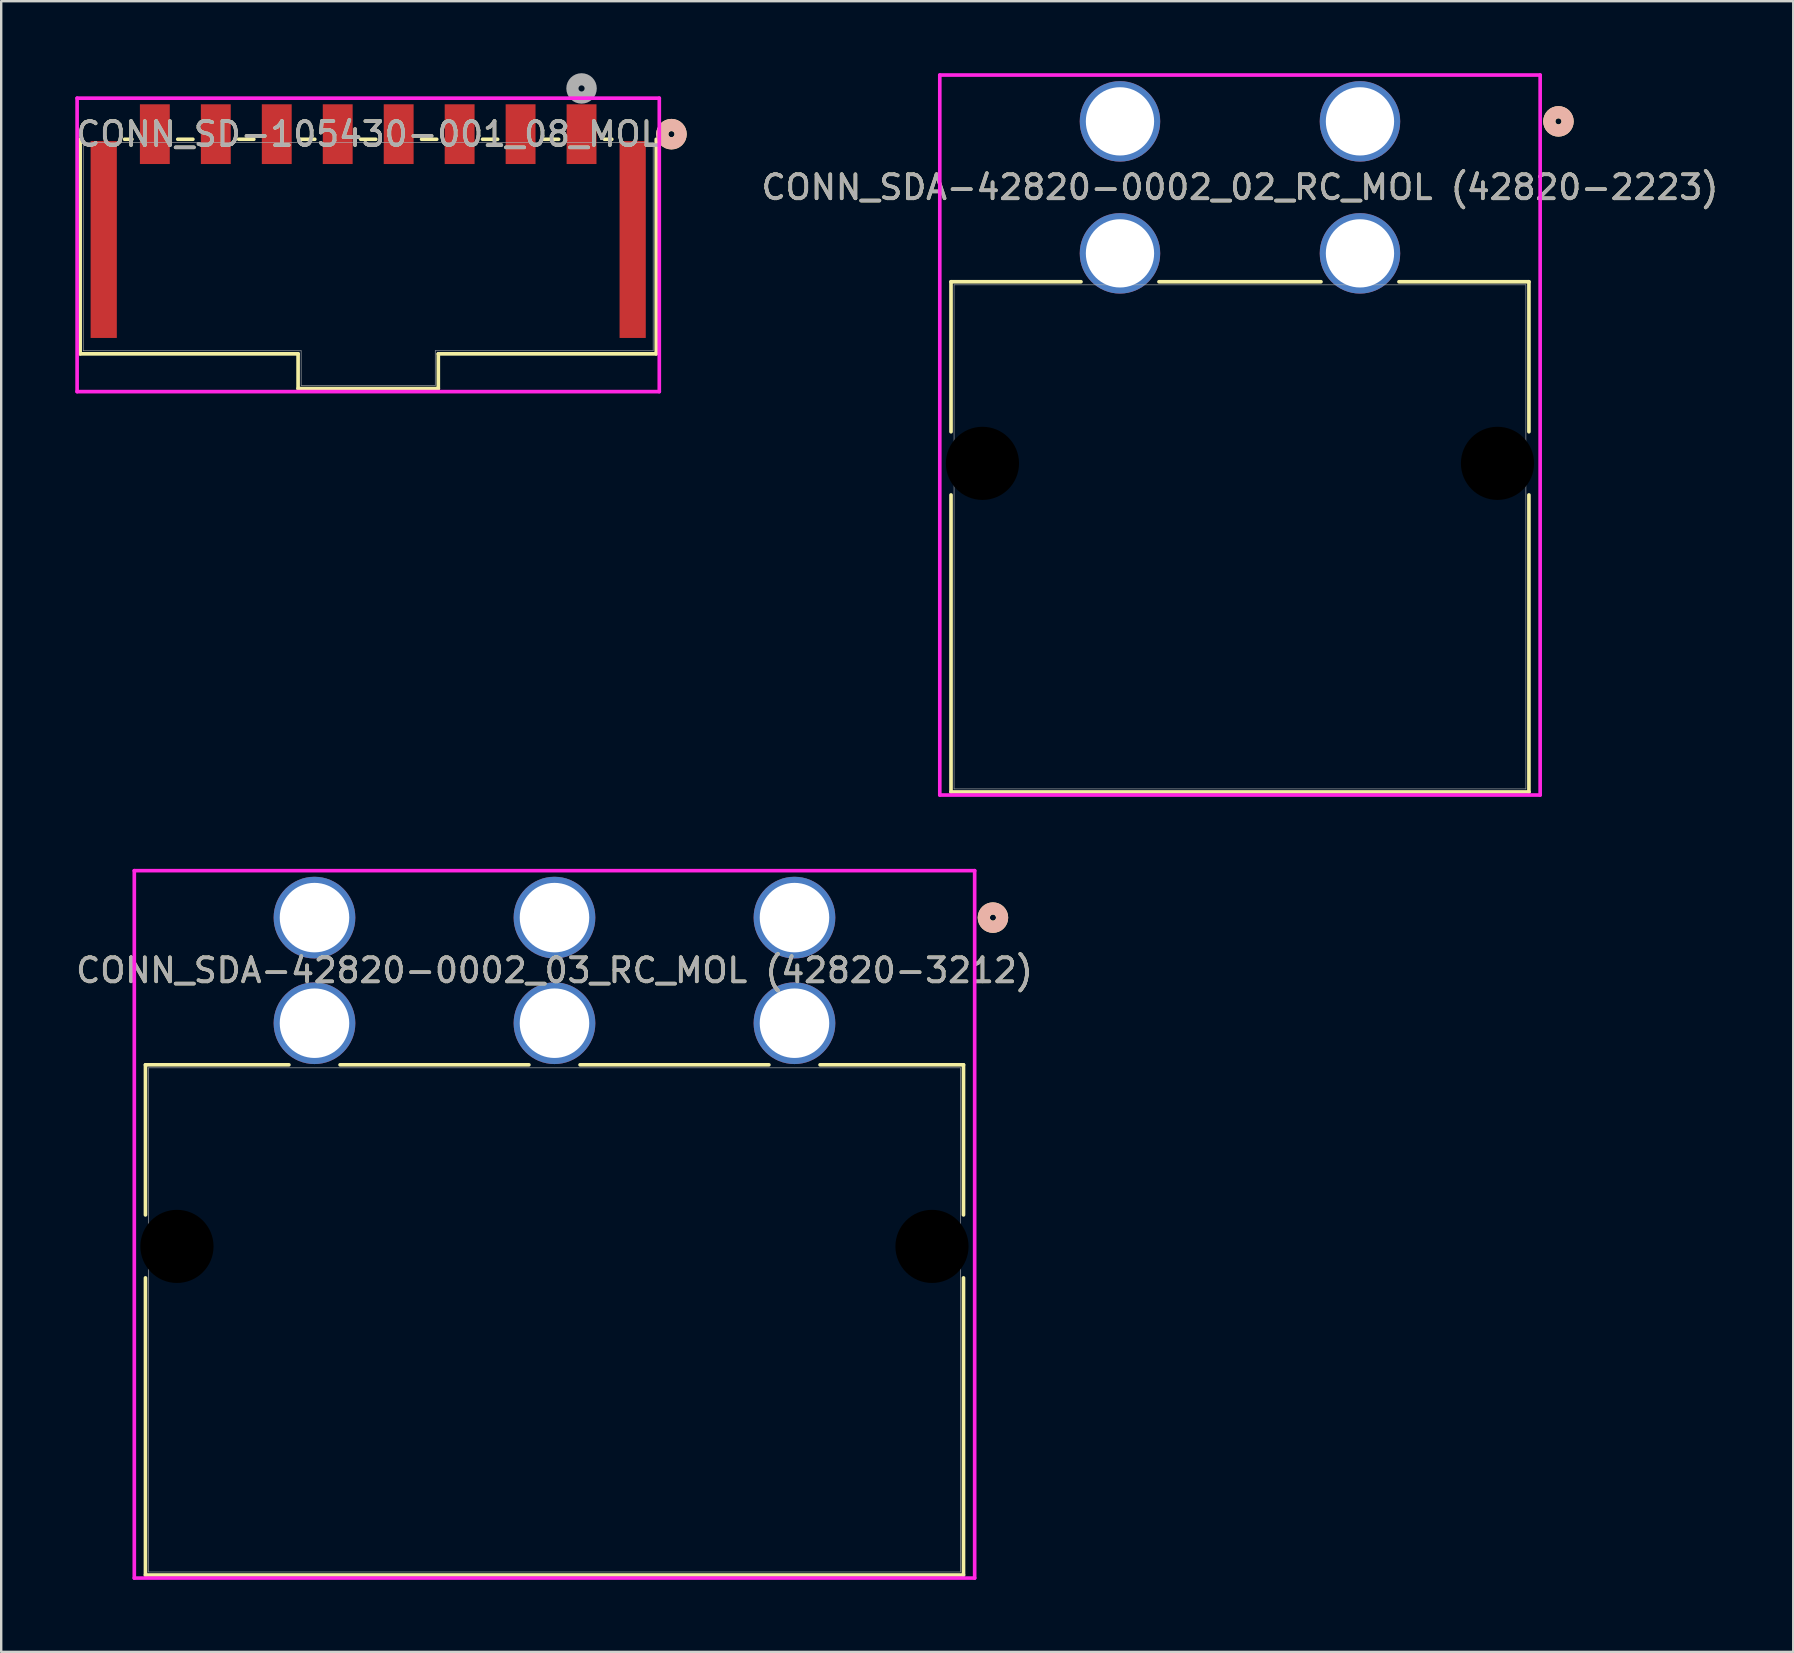
<source format=kicad_pcb>
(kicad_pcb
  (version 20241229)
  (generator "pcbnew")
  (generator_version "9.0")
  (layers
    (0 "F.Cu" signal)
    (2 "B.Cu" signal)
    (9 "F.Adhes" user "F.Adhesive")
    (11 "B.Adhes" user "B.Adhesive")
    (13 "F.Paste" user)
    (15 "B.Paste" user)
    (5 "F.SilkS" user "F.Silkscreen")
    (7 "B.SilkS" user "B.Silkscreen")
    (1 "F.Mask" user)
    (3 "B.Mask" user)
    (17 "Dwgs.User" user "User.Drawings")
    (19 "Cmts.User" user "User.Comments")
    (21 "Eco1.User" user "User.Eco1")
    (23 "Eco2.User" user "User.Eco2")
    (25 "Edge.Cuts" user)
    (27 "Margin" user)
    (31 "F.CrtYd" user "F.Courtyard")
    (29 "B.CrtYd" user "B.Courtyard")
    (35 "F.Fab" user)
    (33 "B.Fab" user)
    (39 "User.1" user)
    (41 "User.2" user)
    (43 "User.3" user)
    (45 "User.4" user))
  (footprint "CONN_SDA-42820-0002_03_RC_MOL (42820-3212)"
    (layer "F.Cu")
    (at 30.054 35.185)
    (property "Reference" "CONN_SDA-42820-0002_03_RC_MOL (42820-3212)" (at -10 2.2 0) (unlocked yes) (layer "F.SilkS") (effects (font (size 1 1) (thickness 0.15))))
    (attr through_hole)
    (fp_line (start -27.043 6.133) (end -27.043 12.388) (stroke (width 0.152) (type solid)) (layer "F.SilkS"))
    (fp_line (start -27.043 15.012) (end -27.043 27.393) (stroke (width 0.152) (type solid)) (layer "F.SilkS"))
    (fp_line (start -27.043 27.393) (end 7.043 27.393) (stroke (width 0.152) (type solid)) (layer "F.SilkS"))
    (fp_line (start -21.066 6.133) (end -27.043 6.133) (stroke (width 0.152) (type solid)) (layer "F.SilkS"))
    (fp_line (start -11.066 6.133) (end -18.934 6.133) (stroke (width 0.152) (type solid)) (layer "F.SilkS"))
    (fp_line (start -1.066 6.133) (end -8.934 6.133) (stroke (width 0.152) (type solid)) (layer "F.SilkS"))
    (fp_line (start 7.043 6.133) (end 1.066 6.133) (stroke (width 0.152) (type solid)) (layer "F.SilkS"))
    (fp_line (start 7.043 12.388) (end 7.043 6.133) (stroke (width 0.152) (type solid)) (layer "F.SilkS"))
    (fp_line (start 7.043 27.393) (end 7.043 15.012) (stroke (width 0.152) (type solid)) (layer "F.SilkS"))
    (fp_circle (center 8.27 0) (end 8.651 0) (stroke (width 0.508) (type solid)) (fill no) (layer "F.SilkS"))
    (fp_circle (center 8.27 0) (end 8.651 0) (stroke (width 0.508) (type solid)) (fill no) (layer "B.SilkS"))
    (fp_line (start -27.508 -1.956) (end -27.508 27.52) (stroke (width 0.152) (type solid)) (layer "F.CrtYd"))
    (fp_line (start -27.508 27.52) (end 7.508 27.52) (stroke (width 0.152) (type solid)) (layer "F.CrtYd"))
    (fp_line (start 7.508 -1.956) (end -27.508 -1.956) (stroke (width 0.152) (type solid)) (layer "F.CrtYd"))
    (fp_line (start 7.508 27.52) (end 7.508 -1.956) (stroke (width 0.152) (type solid)) (layer "F.CrtYd"))
    (fp_line (start -26.916 6.26) (end -26.916 27.266) (stroke (width 0.025) (type solid)) (layer "F.Fab"))
    (fp_line (start -26.916 27.266) (end 6.916 27.266) (stroke (width 0.025) (type solid)) (layer "F.Fab"))
    (fp_line (start 6.916 6.26) (end -26.916 6.26) (stroke (width 0.025) (type solid)) (layer "F.Fab"))
    (fp_line (start 6.916 27.266) (end 6.916 6.26) (stroke (width 0.025) (type solid)) (layer "F.Fab"))
    (fp_circle (center 0 0) (end 0.381 0) (stroke (width 0.508) (type solid)) (fill no) (layer "F.Fab"))
    (fp_text user "${REFERENCE}" (at -10 2.2 0) (unlocked yes) (layer "F.Fab") (effects (font (size 1 1) (thickness 0.15))))
    (pad "" np_thru_hole circle (at -25.73 13.7) (size 3.048 3.048) (drill 3.048) (layers))
    (pad "" np_thru_hole circle (at 5.73 13.7) (size 3.048 3.048) (drill 3.048) (layers))
    (pad "1_1" thru_hole circle (at 0 0) (size 3.404 3.404) (drill 2.896) (layers "*.Cu" "*.Mask"))
    (pad "1_2" thru_hole circle (at 0 4.4) (size 3.404 3.404) (drill 2.896) (layers "*.Cu" "*.Mask"))
    (pad "2_1" thru_hole circle (at -10 0) (size 3.404 3.404) (drill 2.896) (layers "*.Cu" "*.Mask"))
    (pad "2_2" thru_hole circle (at -10 4.4) (size 3.404 3.404) (drill 2.896) (layers "*.Cu" "*.Mask"))
    (pad "3_1" thru_hole circle (at -20 0) (size 3.404 3.404) (drill 2.896) (layers "*.Cu" "*.Mask"))
    (pad "3_2" thru_hole circle (at -20 4.4) (size 3.404 3.404) (drill 2.896) (layers "*.Cu" "*.Mask")))
  (footprint "CONN_SD-105430-001_08_MOL"
    (layer "F.Cu")
    (at 12.292 7.223)
    (property "Reference" "CONN_SD-105430-001_08_MOL" (at 0 -4.683 0) (unlocked yes) (layer "F.SilkS") (effects (font (size 1 1) (thickness 0.15))))
    (attr smd)
    (fp_line (start -12.002 -4.47) (end -12.002 4.47) (stroke (width 0.152) (type solid)) (layer "F.SilkS"))
    (fp_line (start -12.002 4.47) (end -2.921 4.47) (stroke (width 0.152) (type solid)) (layer "F.SilkS"))
    (fp_line (start -9.845 -4.47) (end -10.15 -4.47) (stroke (width 0.152) (type solid)) (layer "F.SilkS"))
    (fp_line (start -7.305 -4.47) (end -7.935 -4.47) (stroke (width 0.152) (type solid)) (layer "F.SilkS"))
    (fp_line (start -4.765 -4.47) (end -5.395 -4.47) (stroke (width 0.152) (type solid)) (layer "F.SilkS"))
    (fp_line (start -2.921 4.47) (end -2.921 5.918) (stroke (width 0.152) (type solid)) (layer "F.SilkS"))
    (fp_line (start -2.921 5.918) (end 2.921 5.918) (stroke (width 0.152) (type solid)) (layer "F.SilkS"))
    (fp_line (start -2.225 -4.47) (end -2.855 -4.47) (stroke (width 0.152) (type solid)) (layer "F.SilkS"))
    (fp_line (start 0.315 -4.47) (end -0.315 -4.47) (stroke (width 0.152) (type solid)) (layer "F.SilkS"))
    (fp_line (start 2.855 -4.47) (end 2.225 -4.47) (stroke (width 0.152) (type solid)) (layer "F.SilkS"))
    (fp_line (start 2.921 4.47) (end 12.002 4.47) (stroke (width 0.152) (type solid)) (layer "F.SilkS"))
    (fp_line (start 2.921 5.918) (end 2.921 4.47) (stroke (width 0.152) (type solid)) (layer "F.SilkS"))
    (fp_line (start 5.395 -4.47) (end 4.765 -4.47) (stroke (width 0.152) (type solid)) (layer "F.SilkS"))
    (fp_line (start 7.935 -4.47) (end 7.305 -4.47) (stroke (width 0.152) (type solid)) (layer "F.SilkS"))
    (fp_line (start 10.15 -4.47) (end 9.845 -4.47) (stroke (width 0.152) (type solid)) (layer "F.SilkS"))
    (fp_line (start 12.002 4.47) (end 12.002 -4.47) (stroke (width 0.152) (type solid)) (layer "F.SilkS"))
    (fp_circle (center 12.636 -4.683) (end 13.018 -4.683) (stroke (width 0.508) (type solid)) (fill no) (layer "F.SilkS"))
    (fp_circle (center 12.636 -4.683) (end 13.018 -4.683) (stroke (width 0.508) (type solid)) (fill no) (layer "B.SilkS"))
    (fp_line (start -12.129 -6.182) (end -12.129 6.045) (stroke (width 0.152) (type solid)) (layer "F.CrtYd"))
    (fp_line (start -12.129 6.045) (end 12.129 6.045) (stroke (width 0.152) (type solid)) (layer "F.CrtYd"))
    (fp_line (start 12.129 -6.182) (end -12.129 -6.182) (stroke (width 0.152) (type solid)) (layer "F.CrtYd"))
    (fp_line (start 12.129 6.045) (end 12.129 -6.182) (stroke (width 0.152) (type solid)) (layer "F.CrtYd"))
    (fp_line (start -11.874 -4.343) (end -11.874 4.343) (stroke (width 0.025) (type solid)) (layer "F.Fab"))
    (fp_line (start -11.874 4.343) (end -2.794 4.343) (stroke (width 0.025) (type solid)) (layer "F.Fab"))
    (fp_line (start -2.794 4.343) (end -2.794 5.791) (stroke (width 0.025) (type solid)) (layer "F.Fab"))
    (fp_line (start -2.794 5.791) (end 2.794 5.791) (stroke (width 0.025) (type solid)) (layer "F.Fab"))
    (fp_line (start 2.794 4.343) (end 11.874 4.343) (stroke (width 0.025) (type solid)) (layer "F.Fab"))
    (fp_line (start 2.794 5.791) (end 2.794 4.343) (stroke (width 0.025) (type solid)) (layer "F.Fab"))
    (fp_line (start 11.874 -4.343) (end -11.874 -4.343) (stroke (width 0.025) (type solid)) (layer "F.Fab"))
    (fp_line (start 11.874 4.343) (end 11.874 -4.343) (stroke (width 0.025) (type solid)) (layer "F.Fab"))
    (fp_circle (center 8.89 -6.588) (end 9.271 -6.588) (stroke (width 0.508) (type solid)) (fill no) (layer "F.Fab"))
    (fp_text user "${REFERENCE}" (at 0 -4.683 0) (unlocked yes) (layer "F.Fab") (effects (font (size 1 1) (thickness 0.15))))
    (pad "" smd rect (at -11.02 -0.293) (size 1.092 8.204) (layers "F.Cu" "F.Mask" "F.Paste"))
    (pad "" smd rect (at 11.02 -0.293) (size 1.092 8.204) (layers "F.Cu" "F.Mask" "F.Paste"))
    (pad "1" smd rect (at 8.89 -4.683) (size 1.245 2.489) (layers "F.Cu" "F.Mask" "F.Paste"))
    (pad "2" smd rect (at 6.35 -4.683) (size 1.245 2.489) (layers "F.Cu" "F.Mask" "F.Paste"))
    (pad "3" smd rect (at 3.81 -4.683) (size 1.245 2.489) (layers "F.Cu" "F.Mask" "F.Paste"))
    (pad "4" smd rect (at 1.27 -4.683) (size 1.245 2.489) (layers "F.Cu" "F.Mask" "F.Paste"))
    (pad "5" smd rect (at -1.27 -4.683) (size 1.245 2.489) (layers "F.Cu" "F.Mask" "F.Paste"))
    (pad "6" smd rect (at -3.81 -4.683) (size 1.245 2.489) (layers "F.Cu" "F.Mask" "F.Paste"))
    (pad "7" smd rect (at -6.35 -4.683) (size 1.245 2.489) (layers "F.Cu" "F.Mask" "F.Paste"))
    (pad "8" smd rect (at -8.89 -4.683) (size 1.245 2.489) (layers "F.Cu" "F.Mask" "F.Paste")))
  (footprint "CONN_SDA-42820-0002_02_RC_MOL (42820-2223)"
    (layer "F.Cu")
    (at 53.617 2.007)
    (property "Reference" "CONN_SDA-42820-0002_02_RC_MOL (42820-2223)" (at -5 2.75 0) (unlocked yes) (layer "F.SilkS") (effects (font (size 1 1) (thickness 0.15))))
    (attr through_hole)
    (fp_line (start -17.04 6.683) (end -17.04 12.934) (stroke (width 0.152) (type solid)) (layer "F.SilkS"))
    (fp_line (start -17.04 15.566) (end -17.04 27.943) (stroke (width 0.152) (type solid)) (layer "F.SilkS"))
    (fp_line (start -17.04 27.943) (end 7.04 27.943) (stroke (width 0.152) (type solid)) (layer "F.SilkS"))
    (fp_line (start -11.624 6.683) (end -17.04 6.683) (stroke (width 0.152) (type solid)) (layer "F.SilkS"))
    (fp_line (start -1.624 6.683) (end -8.376 6.683) (stroke (width 0.152) (type solid)) (layer "F.SilkS"))
    (fp_line (start 7.04 6.683) (end 1.624 6.683) (stroke (width 0.152) (type solid)) (layer "F.SilkS"))
    (fp_line (start 7.04 12.934) (end 7.04 6.683) (stroke (width 0.152) (type solid)) (layer "F.SilkS"))
    (fp_line (start 7.04 27.943) (end 7.04 15.566) (stroke (width 0.152) (type solid)) (layer "F.SilkS"))
    (fp_circle (center 8.27 0) (end 8.651 0) (stroke (width 0.508) (type solid)) (fill no) (layer "F.SilkS"))
    (fp_circle (center 8.27 0) (end 8.651 0) (stroke (width 0.508) (type solid)) (fill no) (layer "B.SilkS"))
    (fp_line (start -17.508 -1.93) (end -17.508 28.07) (stroke (width 0.152) (type solid)) (layer "F.CrtYd"))
    (fp_line (start -17.508 28.07) (end 7.508 28.07) (stroke (width 0.152) (type solid)) (layer "F.CrtYd"))
    (fp_line (start 7.508 -1.93) (end -17.508 -1.93) (stroke (width 0.152) (type solid)) (layer "F.CrtYd"))
    (fp_line (start 7.508 28.07) (end 7.508 -1.93) (stroke (width 0.152) (type solid)) (layer "F.CrtYd"))
    (fp_line (start -16.913 6.81) (end -16.913 27.816) (stroke (width 0.025) (type solid)) (layer "F.Fab"))
    (fp_line (start -16.913 27.816) (end 6.913 27.816) (stroke (width 0.025) (type solid)) (layer "F.Fab"))
    (fp_line (start 6.913 6.81) (end -16.913 6.81) (stroke (width 0.025) (type solid)) (layer "F.Fab"))
    (fp_line (start 6.913 27.816) (end 6.913 6.81) (stroke (width 0.025) (type solid)) (layer "F.Fab"))
    (fp_circle (center 0 0) (end 0.381 0) (stroke (width 0.508) (type solid)) (fill no) (layer "F.Fab"))
    (fp_text user "${REFERENCE}" (at -5 2.75 0) (unlocked yes) (layer "F.Fab") (effects (font (size 1 1) (thickness 0.15))))
    (pad "" np_thru_hole circle (at -15.73 14.25) (size 3.048 3.048) (drill 3.048) (layers))
    (pad "" np_thru_hole circle (at 5.73 14.25) (size 3.048 3.048) (drill 3.048) (layers))
    (pad "1_1" thru_hole circle (at 0 0) (size 3.353 3.353) (drill 2.845) (layers "*.Cu" "*.Mask"))
    (pad "1_2" thru_hole circle (at 0 5.5) (size 3.353 3.353) (drill 2.845) (layers "*.Cu" "*.Mask"))
    (pad "2_1" thru_hole circle (at -10 0) (size 3.353 3.353) (drill 2.845) (layers "*.Cu" "*.Mask"))
    (pad "2_2" thru_hole circle (at -10 5.5) (size 3.353 3.353) (drill 2.845) (layers "*.Cu" "*.Mask")))
  (gr_rect
    (start -3 -3)
    (end 71.67 65.781)
    (stroke (width 0.1) (type default))
    (fill no)
    (layer "Edge.Cuts")))
</source>
